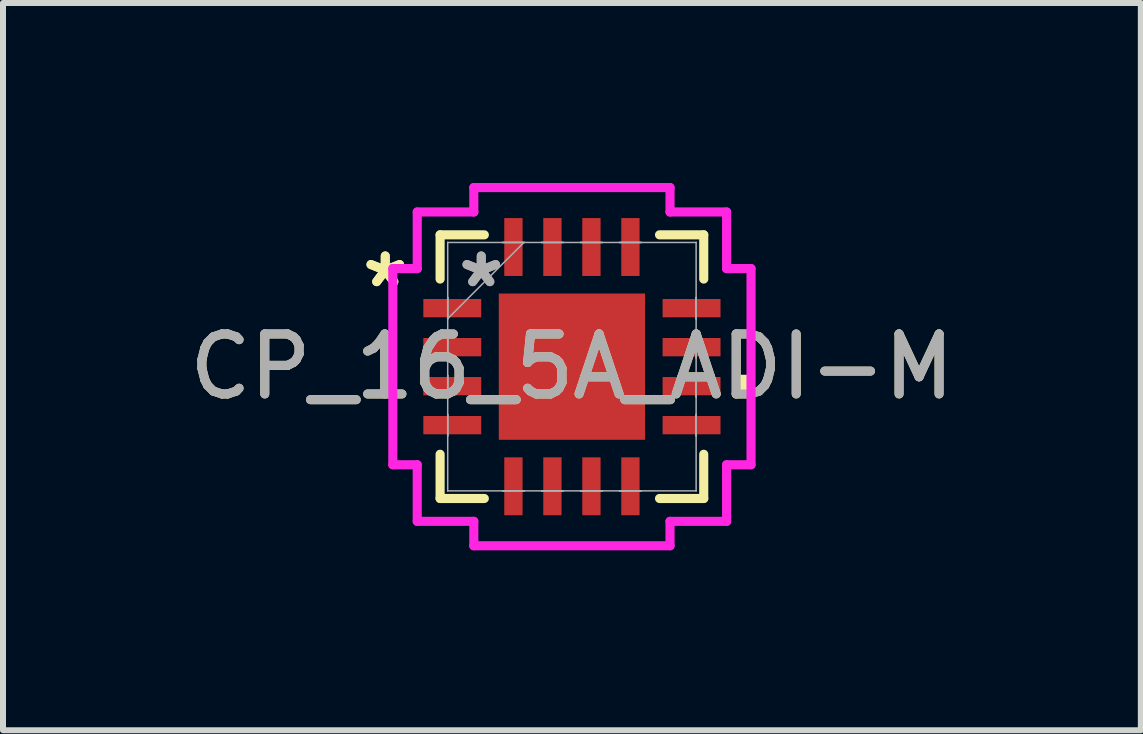
<source format=kicad_pcb>
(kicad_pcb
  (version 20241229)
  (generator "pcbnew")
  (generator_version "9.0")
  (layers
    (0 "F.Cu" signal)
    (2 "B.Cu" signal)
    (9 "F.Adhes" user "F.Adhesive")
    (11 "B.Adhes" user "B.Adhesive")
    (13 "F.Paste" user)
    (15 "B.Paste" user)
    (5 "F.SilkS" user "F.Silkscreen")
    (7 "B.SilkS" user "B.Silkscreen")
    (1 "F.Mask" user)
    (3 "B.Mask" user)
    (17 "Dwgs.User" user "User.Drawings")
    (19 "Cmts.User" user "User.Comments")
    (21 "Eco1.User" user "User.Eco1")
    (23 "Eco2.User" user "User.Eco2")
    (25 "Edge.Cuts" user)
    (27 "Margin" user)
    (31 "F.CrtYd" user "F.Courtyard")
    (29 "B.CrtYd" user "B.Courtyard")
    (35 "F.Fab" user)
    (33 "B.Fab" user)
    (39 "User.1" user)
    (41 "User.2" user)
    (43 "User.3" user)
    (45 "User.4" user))
  (footprint "CP_16_5A_ADI-M"
    (layer "F.Cu")
    (at 6.482 3.061)
    (property "Reference" "CP_16_5A_ADI-M" (at 0 0 0) (unlocked yes) (layer "F.SilkS") (effects (font (size 1 1) (thickness 0.15))))
    (attr smd)
    (fp_line (start -2.197 -2.197) (end -2.197 -1.46) (stroke (width 0.152) (type solid)) (layer "F.SilkS"))
    (fp_line (start -2.197 1.46) (end -2.197 2.197) (stroke (width 0.152) (type solid)) (layer "F.SilkS"))
    (fp_line (start -2.197 2.197) (end -1.46 2.197) (stroke (width 0.152) (type solid)) (layer "F.SilkS"))
    (fp_line (start -1.46 -2.197) (end -2.197 -2.197) (stroke (width 0.152) (type solid)) (layer "F.SilkS"))
    (fp_line (start 1.46 2.197) (end 2.197 2.197) (stroke (width 0.152) (type solid)) (layer "F.SilkS"))
    (fp_line (start 2.197 -2.197) (end 1.46 -2.197) (stroke (width 0.152) (type solid)) (layer "F.SilkS"))
    (fp_line (start 2.197 -1.46) (end 2.197 -2.197) (stroke (width 0.152) (type solid)) (layer "F.SilkS"))
    (fp_line (start 2.197 2.197) (end 2.197 1.46) (stroke (width 0.152) (type solid)) (layer "F.SilkS"))
    (fp_poly (pts (xy 2.985 0.135) (xy 2.985 0.516) (xy 2.731 0.516) (xy 2.731 0.135)) (stroke (width 0) (type solid)) (fill yes) (layer "F.SilkS"))
    (fp_line (start -2.985 -1.635) (end -2.578 -1.635) (stroke (width 0.152) (type solid)) (layer "F.CrtYd"))
    (fp_line (start -2.985 1.635) (end -2.985 -1.635) (stroke (width 0.152) (type solid)) (layer "F.CrtYd"))
    (fp_line (start -2.578 -2.578) (end -1.635 -2.578) (stroke (width 0.152) (type solid)) (layer "F.CrtYd"))
    (fp_line (start -2.578 -1.635) (end -2.578 -2.578) (stroke (width 0.152) (type solid)) (layer "F.CrtYd"))
    (fp_line (start -2.578 1.635) (end -2.985 1.635) (stroke (width 0.152) (type solid)) (layer "F.CrtYd"))
    (fp_line (start -2.578 2.578) (end -2.578 1.635) (stroke (width 0.152) (type solid)) (layer "F.CrtYd"))
    (fp_line (start -1.635 -2.985) (end 1.635 -2.985) (stroke (width 0.152) (type solid)) (layer "F.CrtYd"))
    (fp_line (start -1.635 -2.578) (end -1.635 -2.985) (stroke (width 0.152) (type solid)) (layer "F.CrtYd"))
    (fp_line (start -1.635 2.578) (end -2.578 2.578) (stroke (width 0.152) (type solid)) (layer "F.CrtYd"))
    (fp_line (start -1.635 2.985) (end -1.635 2.578) (stroke (width 0.152) (type solid)) (layer "F.CrtYd"))
    (fp_line (start 1.635 -2.985) (end 1.635 -2.578) (stroke (width 0.152) (type solid)) (layer "F.CrtYd"))
    (fp_line (start 1.635 -2.578) (end 2.578 -2.578) (stroke (width 0.152) (type solid)) (layer "F.CrtYd"))
    (fp_line (start 1.635 2.578) (end 1.635 2.985) (stroke (width 0.152) (type solid)) (layer "F.CrtYd"))
    (fp_line (start 1.635 2.985) (end -1.635 2.985) (stroke (width 0.152) (type solid)) (layer "F.CrtYd"))
    (fp_line (start 2.578 -2.578) (end 2.578 -1.635) (stroke (width 0.152) (type solid)) (layer "F.CrtYd"))
    (fp_line (start 2.578 -1.635) (end 2.985 -1.635) (stroke (width 0.152) (type solid)) (layer "F.CrtYd"))
    (fp_line (start 2.578 1.635) (end 2.578 2.578) (stroke (width 0.152) (type solid)) (layer "F.CrtYd"))
    (fp_line (start 2.578 2.578) (end 1.635 2.578) (stroke (width 0.152) (type solid)) (layer "F.CrtYd"))
    (fp_line (start 2.985 -1.635) (end 2.985 1.635) (stroke (width 0.152) (type solid)) (layer "F.CrtYd"))
    (fp_line (start 2.985 1.635) (end 2.578 1.635) (stroke (width 0.152) (type solid)) (layer "F.CrtYd"))
    (fp_line (start -2.07 -2.07) (end -2.07 -2.07) (stroke (width 0.025) (type solid)) (layer "F.Fab"))
    (fp_line (start -2.07 -2.07) (end -2.07 2.07) (stroke (width 0.025) (type solid)) (layer "F.Fab"))
    (fp_line (start -2.07 -1.153) (end -2.07 -1.153) (stroke (width 0.025) (type solid)) (layer "F.Fab"))
    (fp_line (start -2.07 -1.153) (end -2.07 -0.797) (stroke (width 0.025) (type solid)) (layer "F.Fab"))
    (fp_line (start -2.07 -0.8) (end -0.8 -2.07) (stroke (width 0.025) (type solid)) (layer "F.Fab"))
    (fp_line (start -2.07 -0.797) (end -2.07 -1.153) (stroke (width 0.025) (type solid)) (layer "F.Fab"))
    (fp_line (start -2.07 -0.797) (end -2.07 -0.797) (stroke (width 0.025) (type solid)) (layer "F.Fab"))
    (fp_line (start -2.07 -0.503) (end -2.07 -0.503) (stroke (width 0.025) (type solid)) (layer "F.Fab"))
    (fp_line (start -2.07 -0.503) (end -2.07 -0.147) (stroke (width 0.025) (type solid)) (layer "F.Fab"))
    (fp_line (start -2.07 -0.147) (end -2.07 -0.503) (stroke (width 0.025) (type solid)) (layer "F.Fab"))
    (fp_line (start -2.07 -0.147) (end -2.07 -0.147) (stroke (width 0.025) (type solid)) (layer "F.Fab"))
    (fp_line (start -2.07 0.147) (end -2.07 0.147) (stroke (width 0.025) (type solid)) (layer "F.Fab"))
    (fp_line (start -2.07 0.147) (end -2.07 0.503) (stroke (width 0.025) (type solid)) (layer "F.Fab"))
    (fp_line (start -2.07 0.503) (end -2.07 0.147) (stroke (width 0.025) (type solid)) (layer "F.Fab"))
    (fp_line (start -2.07 0.503) (end -2.07 0.503) (stroke (width 0.025) (type solid)) (layer "F.Fab"))
    (fp_line (start -2.07 0.797) (end -2.07 0.797) (stroke (width 0.025) (type solid)) (layer "F.Fab"))
    (fp_line (start -2.07 0.797) (end -2.07 1.153) (stroke (width 0.025) (type solid)) (layer "F.Fab"))
    (fp_line (start -2.07 1.153) (end -2.07 0.797) (stroke (width 0.025) (type solid)) (layer "F.Fab"))
    (fp_line (start -2.07 1.153) (end -2.07 1.153) (stroke (width 0.025) (type solid)) (layer "F.Fab"))
    (fp_line (start -2.07 2.07) (end -2.07 2.07) (stroke (width 0.025) (type solid)) (layer "F.Fab"))
    (fp_line (start -2.07 2.07) (end 2.07 2.07) (stroke (width 0.025) (type solid)) (layer "F.Fab"))
    (fp_line (start -1.153 -2.07) (end -1.153 -2.07) (stroke (width 0.025) (type solid)) (layer "F.Fab"))
    (fp_line (start -1.153 -2.07) (end -0.797 -2.07) (stroke (width 0.025) (type solid)) (layer "F.Fab"))
    (fp_line (start -1.153 2.07) (end -1.153 2.07) (stroke (width 0.025) (type solid)) (layer "F.Fab"))
    (fp_line (start -1.153 2.07) (end -0.797 2.07) (stroke (width 0.025) (type solid)) (layer "F.Fab"))
    (fp_line (start -0.797 -2.07) (end -1.153 -2.07) (stroke (width 0.025) (type solid)) (layer "F.Fab"))
    (fp_line (start -0.797 -2.07) (end -0.797 -2.07) (stroke (width 0.025) (type solid)) (layer "F.Fab"))
    (fp_line (start -0.797 2.07) (end -1.153 2.07) (stroke (width 0.025) (type solid)) (layer "F.Fab"))
    (fp_line (start -0.797 2.07) (end -0.797 2.07) (stroke (width 0.025) (type solid)) (layer "F.Fab"))
    (fp_line (start -0.503 -2.07) (end -0.503 -2.07) (stroke (width 0.025) (type solid)) (layer "F.Fab"))
    (fp_line (start -0.503 -2.07) (end -0.147 -2.07) (stroke (width 0.025) (type solid)) (layer "F.Fab"))
    (fp_line (start -0.503 2.07) (end -0.503 2.07) (stroke (width 0.025) (type solid)) (layer "F.Fab"))
    (fp_line (start -0.503 2.07) (end -0.147 2.07) (stroke (width 0.025) (type solid)) (layer "F.Fab"))
    (fp_line (start -0.147 -2.07) (end -0.503 -2.07) (stroke (width 0.025) (type solid)) (layer "F.Fab"))
    (fp_line (start -0.147 -2.07) (end -0.147 -2.07) (stroke (width 0.025) (type solid)) (layer "F.Fab"))
    (fp_line (start -0.147 2.07) (end -0.503 2.07) (stroke (width 0.025) (type solid)) (layer "F.Fab"))
    (fp_line (start -0.147 2.07) (end -0.147 2.07) (stroke (width 0.025) (type solid)) (layer "F.Fab"))
    (fp_line (start 0.147 -2.07) (end 0.147 -2.07) (stroke (width 0.025) (type solid)) (layer "F.Fab"))
    (fp_line (start 0.147 -2.07) (end 0.503 -2.07) (stroke (width 0.025) (type solid)) (layer "F.Fab"))
    (fp_line (start 0.147 2.07) (end 0.147 2.07) (stroke (width 0.025) (type solid)) (layer "F.Fab"))
    (fp_line (start 0.147 2.07) (end 0.503 2.07) (stroke (width 0.025) (type solid)) (layer "F.Fab"))
    (fp_line (start 0.503 -2.07) (end 0.147 -2.07) (stroke (width 0.025) (type solid)) (layer "F.Fab"))
    (fp_line (start 0.503 -2.07) (end 0.503 -2.07) (stroke (width 0.025) (type solid)) (layer "F.Fab"))
    (fp_line (start 0.503 2.07) (end 0.147 2.07) (stroke (width 0.025) (type solid)) (layer "F.Fab"))
    (fp_line (start 0.503 2.07) (end 0.503 2.07) (stroke (width 0.025) (type solid)) (layer "F.Fab"))
    (fp_line (start 0.797 -2.07) (end 0.797 -2.07) (stroke (width 0.025) (type solid)) (layer "F.Fab"))
    (fp_line (start 0.797 -2.07) (end 1.153 -2.07) (stroke (width 0.025) (type solid)) (layer "F.Fab"))
    (fp_line (start 0.797 2.07) (end 0.797 2.07) (stroke (width 0.025) (type solid)) (layer "F.Fab"))
    (fp_line (start 0.797 2.07) (end 1.153 2.07) (stroke (width 0.025) (type solid)) (layer "F.Fab"))
    (fp_line (start 1.153 -2.07) (end 0.797 -2.07) (stroke (width 0.025) (type solid)) (layer "F.Fab"))
    (fp_line (start 1.153 -2.07) (end 1.153 -2.07) (stroke (width 0.025) (type solid)) (layer "F.Fab"))
    (fp_line (start 1.153 2.07) (end 0.797 2.07) (stroke (width 0.025) (type solid)) (layer "F.Fab"))
    (fp_line (start 1.153 2.07) (end 1.153 2.07) (stroke (width 0.025) (type solid)) (layer "F.Fab"))
    (fp_line (start 2.07 -2.07) (end -2.07 -2.07) (stroke (width 0.025) (type solid)) (layer "F.Fab"))
    (fp_line (start 2.07 -2.07) (end 2.07 -2.07) (stroke (width 0.025) (type solid)) (layer "F.Fab"))
    (fp_line (start 2.07 -1.153) (end 2.07 -1.153) (stroke (width 0.025) (type solid)) (layer "F.Fab"))
    (fp_line (start 2.07 -1.153) (end 2.07 -0.797) (stroke (width 0.025) (type solid)) (layer "F.Fab"))
    (fp_line (start 2.07 -0.797) (end 2.07 -1.153) (stroke (width 0.025) (type solid)) (layer "F.Fab"))
    (fp_line (start 2.07 -0.797) (end 2.07 -0.797) (stroke (width 0.025) (type solid)) (layer "F.Fab"))
    (fp_line (start 2.07 -0.503) (end 2.07 -0.503) (stroke (width 0.025) (type solid)) (layer "F.Fab"))
    (fp_line (start 2.07 -0.503) (end 2.07 -0.147) (stroke (width 0.025) (type solid)) (layer "F.Fab"))
    (fp_line (start 2.07 -0.147) (end 2.07 -0.503) (stroke (width 0.025) (type solid)) (layer "F.Fab"))
    (fp_line (start 2.07 -0.147) (end 2.07 -0.147) (stroke (width 0.025) (type solid)) (layer "F.Fab"))
    (fp_line (start 2.07 0.147) (end 2.07 0.147) (stroke (width 0.025) (type solid)) (layer "F.Fab"))
    (fp_line (start 2.07 0.147) (end 2.07 0.503) (stroke (width 0.025) (type solid)) (layer "F.Fab"))
    (fp_line (start 2.07 0.503) (end 2.07 0.147) (stroke (width 0.025) (type solid)) (layer "F.Fab"))
    (fp_line (start 2.07 0.503) (end 2.07 0.503) (stroke (width 0.025) (type solid)) (layer "F.Fab"))
    (fp_line (start 2.07 0.797) (end 2.07 0.797) (stroke (width 0.025) (type solid)) (layer "F.Fab"))
    (fp_line (start 2.07 0.797) (end 2.07 1.153) (stroke (width 0.025) (type solid)) (layer "F.Fab"))
    (fp_line (start 2.07 1.153) (end 2.07 0.797) (stroke (width 0.025) (type solid)) (layer "F.Fab"))
    (fp_line (start 2.07 1.153) (end 2.07 1.153) (stroke (width 0.025) (type solid)) (layer "F.Fab"))
    (fp_line (start 2.07 2.07) (end 2.07 -2.07) (stroke (width 0.025) (type solid)) (layer "F.Fab"))
    (fp_line (start 2.07 2.07) (end 2.07 2.07) (stroke (width 0.025) (type solid)) (layer "F.Fab"))
    (fp_text user "*" (at -3.111 -1.3 0) (unlocked yes) (layer "F.SilkS") (effects (font (size 1 1) (thickness 0.15))))
    (fp_text user "*" (at -3.111 -1.3 0) (layer "F.SilkS") (effects (font (size 1 1) (thickness 0.15))))
    (fp_text user "${REFERENCE}" (at 0 0 0) (unlocked yes) (layer "F.Fab") (effects (font (size 1 1) (thickness 0.15))))
    (fp_text user "*" (at -1.511 -1.3 0) (unlocked yes) (layer "F.Fab") (effects (font (size 1 1) (thickness 0.15))))
    (fp_text user "*" (at -1.511 -1.3 0) (layer "F.Fab") (effects (font (size 1 1) (thickness 0.15))))
    (pad "1" smd rect (at -1.994 -0.975 90) (size 0.305 0.965) (layers "F.Cu" "F.Mask" "F.Paste"))
    (pad "2" smd rect (at -1.994 -0.325 90) (size 0.305 0.965) (layers "F.Cu" "F.Mask" "F.Paste"))
    (pad "3" smd rect (at -1.994 0.325 90) (size 0.305 0.965) (layers "F.Cu" "F.Mask" "F.Paste"))
    (pad "4" smd rect (at -1.994 0.975 90) (size 0.305 0.965) (layers "F.Cu" "F.Mask" "F.Paste"))
    (pad "5" smd rect (at -0.975 1.994) (size 0.305 0.965) (layers "F.Cu" "F.Mask" "F.Paste"))
    (pad "6" smd rect (at -0.325 1.994) (size 0.305 0.965) (layers "F.Cu" "F.Mask" "F.Paste"))
    (pad "7" smd rect (at 0.325 1.994) (size 0.305 0.965) (layers "F.Cu" "F.Mask" "F.Paste"))
    (pad "8" smd rect (at 0.975 1.994) (size 0.305 0.965) (layers "F.Cu" "F.Mask" "F.Paste"))
    (pad "9" smd rect (at 1.994 0.975 90) (size 0.305 0.965) (layers "F.Cu" "F.Mask" "F.Paste"))
    (pad "10" smd rect (at 1.994 0.325 90) (size 0.305 0.965) (layers "F.Cu" "F.Mask" "F.Paste"))
    (pad "11" smd rect (at 1.994 -0.325 90) (size 0.305 0.965) (layers "F.Cu" "F.Mask" "F.Paste"))
    (pad "12" smd rect (at 1.994 -0.975 90) (size 0.305 0.965) (layers "F.Cu" "F.Mask" "F.Paste"))
    (pad "13" smd rect (at 0.975 -1.994) (size 0.305 0.965) (layers "F.Cu" "F.Mask" "F.Paste"))
    (pad "14" smd rect (at 0.325 -1.994) (size 0.305 0.965) (layers "F.Cu" "F.Mask" "F.Paste"))
    (pad "15" smd rect (at -0.325 -1.994) (size 0.305 0.965) (layers "F.Cu" "F.Mask" "F.Paste"))
    (pad "16" smd rect (at -0.975 -1.994) (size 0.305 0.965) (layers "F.Cu" "F.Mask" "F.Paste"))
    (pad "17" smd rect (at 0 0) (size 2.438 2.438) (layers "F.Cu" "F.Mask" "F.Paste")))
  (gr_rect
    (start -3 -3)
    (end 15.964 9.121)
    (stroke (width 0.1) (type default))
    (fill no)
    (layer "Edge.Cuts")))
</source>
